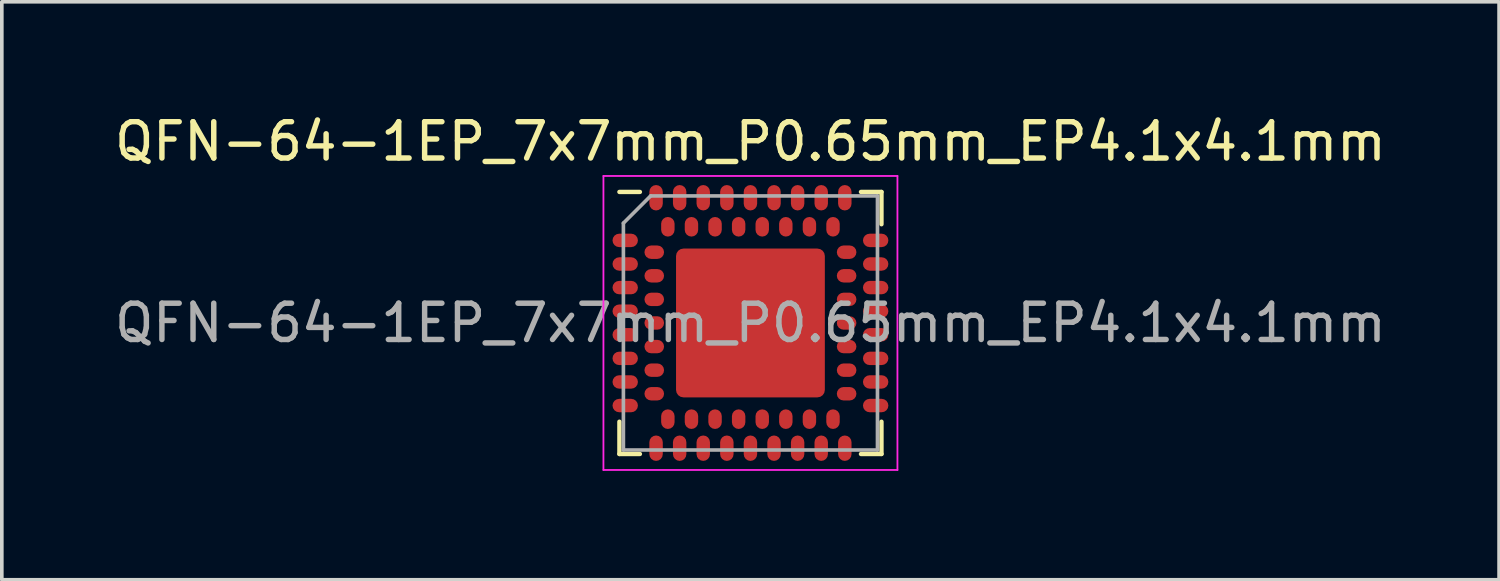
<source format=kicad_pcb>
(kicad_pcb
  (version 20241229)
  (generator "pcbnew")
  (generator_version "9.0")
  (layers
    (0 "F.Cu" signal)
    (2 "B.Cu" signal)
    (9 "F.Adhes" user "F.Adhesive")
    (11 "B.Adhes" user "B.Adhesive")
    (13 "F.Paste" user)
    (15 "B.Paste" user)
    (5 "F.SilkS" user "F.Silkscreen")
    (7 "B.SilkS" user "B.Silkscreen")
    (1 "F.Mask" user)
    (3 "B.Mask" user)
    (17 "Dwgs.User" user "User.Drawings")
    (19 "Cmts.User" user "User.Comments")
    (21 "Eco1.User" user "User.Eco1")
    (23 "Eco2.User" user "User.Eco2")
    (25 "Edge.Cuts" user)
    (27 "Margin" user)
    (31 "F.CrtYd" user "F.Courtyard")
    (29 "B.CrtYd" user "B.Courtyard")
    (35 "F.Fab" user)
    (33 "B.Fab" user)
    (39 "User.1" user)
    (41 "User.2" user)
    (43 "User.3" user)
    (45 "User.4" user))
  (footprint "QFN-64-1EP_7x7mm_P0.65mm_EP4.1x4.1mm"
    (layer "F.Cu")
    (at 17.625 5.848)
    (property "Reference" "QFN-64-1EP_7x7mm_P0.65mm_EP4.1x4.1mm" (at 0 -5 0) (layer "F.SilkS") (effects (font (size 1 1) (thickness 0.15))))
    (attr smd)
    (fp_line (start -3.61 3.61) (end -3.61 2.72) (stroke (width 0.12) (type solid)) (layer "F.SilkS"))
    (fp_line (start -3.045 -3.61) (end -3.61 -3.61) (stroke (width 0.12) (type solid)) (layer "F.SilkS"))
    (fp_line (start -3.045 3.61) (end -3.61 3.61) (stroke (width 0.12) (type solid)) (layer "F.SilkS"))
    (fp_line (start 3.045 -3.61) (end 3.61 -3.61) (stroke (width 0.12) (type solid)) (layer "F.SilkS"))
    (fp_line (start 3.61 -3.61) (end 3.61 -2.72) (stroke (width 0.12) (type solid)) (layer "F.SilkS"))
    (fp_line (start 3.61 2.72) (end 3.61 3.61) (stroke (width 0.12) (type solid)) (layer "F.SilkS"))
    (fp_line (start 3.61 3.61) (end 3.045 3.61) (stroke (width 0.12) (type solid)) (layer "F.SilkS"))
    (fp_line (start -4.05 -4.05) (end 4.05 -4.05) (stroke (width 0.05) (type solid)) (layer "F.CrtYd"))
    (fp_line (start -4.05 4.05) (end -4.05 -4.05) (stroke (width 0.05) (type solid)) (layer "F.CrtYd"))
    (fp_line (start 4.05 -4.05) (end 4.05 4.05) (stroke (width 0.05) (type solid)) (layer "F.CrtYd"))
    (fp_line (start 4.05 4.05) (end -4.05 4.05) (stroke (width 0.05) (type solid)) (layer "F.CrtYd"))
    (fp_line (start -3.5 -2.75) (end -2.75 -3.5) (stroke (width 0.1) (type solid)) (layer "F.Fab"))
    (fp_line (start -3.5 3.5) (end -3.5 -2.75) (stroke (width 0.1) (type solid)) (layer "F.Fab"))
    (fp_line (start -2.75 -3.5) (end 3.5 -3.5) (stroke (width 0.1) (type solid)) (layer "F.Fab"))
    (fp_line (start 3.5 -3.5) (end 3.5 3.5) (stroke (width 0.1) (type solid)) (layer "F.Fab"))
    (fp_line (start 3.5 3.5) (end -3.5 3.5) (stroke (width 0.1) (type solid)) (layer "F.Fab"))
    (fp_text user "${REFERENCE}" (at 0 0 0) (layer "F.Fab") (effects (font (size 1 1) (thickness 0.15))))
    (pad "" smd roundrect (at -1.3 -1.3) (size 1.15 1.15) (layers "F.Paste") (roundrect_rratio 0.1))
    (pad "" smd roundrect (at -1.3 0) (size 1.15 1.15) (layers "F.Paste") (roundrect_rratio 0.1))
    (pad "" smd roundrect (at -1.3 1.3) (size 1.15 1.15) (layers "F.Paste") (roundrect_rratio 0.1))
    (pad "" smd roundrect (at 0 -1.3) (size 1.15 1.15) (layers "F.Paste") (roundrect_rratio 0.1))
    (pad "" smd roundrect (at 0 0) (size 1.15 1.15) (layers "F.Paste") (roundrect_rratio 0.1))
    (pad "" smd roundrect (at 0 1.3) (size 1.15 1.15) (layers "F.Paste") (roundrect_rratio 0.1))
    (pad "" smd roundrect (at 1.3 -1.3) (size 1.15 1.15) (layers "F.Paste") (roundrect_rratio 0.1))
    (pad "" smd roundrect (at 1.3 0) (size 1.15 1.15) (layers "F.Paste") (roundrect_rratio 0.1))
    (pad "" smd roundrect (at 1.3 1.3) (size 1.15 1.15) (layers "F.Paste") (roundrect_rratio 0.1))
    (pad "A1" smd roundrect (at -3.45 -2.275) (size 0.7 0.37) (layers "F.Cu" "F.Mask" "F.Paste") (roundrect_rratio 0.5))
    (pad "A2" smd roundrect (at -3.45 -1.625) (size 0.7 0.37) (layers "F.Cu" "F.Mask" "F.Paste") (roundrect_rratio 0.5))
    (pad "A3" smd roundrect (at -3.45 -0.975) (size 0.7 0.37) (layers "F.Cu" "F.Mask" "F.Paste") (roundrect_rratio 0.5))
    (pad "A4" smd roundrect (at -3.45 -0.325) (size 0.7 0.37) (layers "F.Cu" "F.Mask" "F.Paste") (roundrect_rratio 0.5))
    (pad "A5" smd roundrect (at -3.45 0.325) (size 0.7 0.37) (layers "F.Cu" "F.Mask" "F.Paste") (roundrect_rratio 0.5))
    (pad "A6" smd roundrect (at -3.45 0.975) (size 0.7 0.37) (layers "F.Cu" "F.Mask" "F.Paste") (roundrect_rratio 0.5))
    (pad "A7" smd roundrect (at -3.45 1.625) (size 0.7 0.37) (layers "F.Cu" "F.Mask" "F.Paste") (roundrect_rratio 0.5))
    (pad "A8" smd roundrect (at -3.45 2.275) (size 0.7 0.37) (layers "F.Cu" "F.Mask" "F.Paste") (roundrect_rratio 0.5))
    (pad "A9" smd roundrect (at -2.6 3.45 90) (size 0.7 0.37) (layers "F.Cu" "F.Mask" "F.Paste") (roundrect_rratio 0.5))
    (pad "A10" smd roundrect (at -1.95 3.45 90) (size 0.7 0.37) (layers "F.Cu" "F.Mask" "F.Paste") (roundrect_rratio 0.5))
    (pad "A11" smd roundrect (at -1.3 3.45 90) (size 0.7 0.37) (layers "F.Cu" "F.Mask" "F.Paste") (roundrect_rratio 0.5))
    (pad "A12" smd roundrect (at -0.65 3.45 90) (size 0.7 0.37) (layers "F.Cu" "F.Mask" "F.Paste") (roundrect_rratio 0.5))
    (pad "A13" smd roundrect (at 0 3.45 90) (size 0.7 0.37) (layers "F.Cu" "F.Mask" "F.Paste") (roundrect_rratio 0.5))
    (pad "A14" smd roundrect (at 0.65 3.45 90) (size 0.7 0.37) (layers "F.Cu" "F.Mask" "F.Paste") (roundrect_rratio 0.5))
    (pad "A15" smd roundrect (at 1.3 3.45 90) (size 0.7 0.37) (layers "F.Cu" "F.Mask" "F.Paste") (roundrect_rratio 0.5))
    (pad "A16" smd roundrect (at 1.95 3.45 90) (size 0.7 0.37) (layers "F.Cu" "F.Mask" "F.Paste") (roundrect_rratio 0.5))
    (pad "A17" smd roundrect (at 2.6 3.45 90) (size 0.7 0.37) (layers "F.Cu" "F.Mask" "F.Paste") (roundrect_rratio 0.5))
    (pad "A18" smd roundrect (at 3.45 2.275) (size 0.7 0.37) (layers "F.Cu" "F.Mask" "F.Paste") (roundrect_rratio 0.5))
    (pad "A19" smd roundrect (at 3.45 1.625) (size 0.7 0.37) (layers "F.Cu" "F.Mask" "F.Paste") (roundrect_rratio 0.5))
    (pad "A20" smd roundrect (at 3.45 0.975) (size 0.7 0.37) (layers "F.Cu" "F.Mask" "F.Paste") (roundrect_rratio 0.5))
    (pad "A21" smd roundrect (at 3.45 0.325) (size 0.7 0.37) (layers "F.Cu" "F.Mask" "F.Paste") (roundrect_rratio 0.5))
    (pad "A22" smd roundrect (at 3.45 -0.325) (size 0.7 0.37) (layers "F.Cu" "F.Mask" "F.Paste") (roundrect_rratio 0.5))
    (pad "A23" smd roundrect (at 3.45 -0.975) (size 0.7 0.37) (layers "F.Cu" "F.Mask" "F.Paste") (roundrect_rratio 0.5))
    (pad "A24" smd roundrect (at 3.45 -1.625) (size 0.7 0.37) (layers "F.Cu" "F.Mask" "F.Paste") (roundrect_rratio 0.5))
    (pad "A25" smd roundrect (at 3.45 -2.275) (size 0.7 0.37) (layers "F.Cu" "F.Mask" "F.Paste") (roundrect_rratio 0.5))
    (pad "A26" smd roundrect (at 2.6 -3.45 90) (size 0.7 0.37) (layers "F.Cu" "F.Mask" "F.Paste") (roundrect_rratio 0.5))
    (pad "A27" smd roundrect (at 1.95 -3.45 90) (size 0.7 0.37) (layers "F.Cu" "F.Mask" "F.Paste") (roundrect_rratio 0.5))
    (pad "A28" smd roundrect (at 1.3 -3.45 90) (size 0.7 0.37) (layers "F.Cu" "F.Mask" "F.Paste") (roundrect_rratio 0.5))
    (pad "A29" smd roundrect (at 0.65 -3.45 90) (size 0.7 0.37) (layers "F.Cu" "F.Mask" "F.Paste") (roundrect_rratio 0.5))
    (pad "A30" smd roundrect (at 0 -3.45 90) (size 0.7 0.37) (layers "F.Cu" "F.Mask" "F.Paste") (roundrect_rratio 0.5))
    (pad "A31" smd roundrect (at -0.65 -3.45 90) (size 0.7 0.37) (layers "F.Cu" "F.Mask" "F.Paste") (roundrect_rratio 0.5))
    (pad "A32" smd roundrect (at -1.3 -3.45 90) (size 0.7 0.37) (layers "F.Cu" "F.Mask" "F.Paste") (roundrect_rratio 0.5))
    (pad "A33" smd roundrect (at -1.95 -3.45 90) (size 0.7 0.37) (layers "F.Cu" "F.Mask" "F.Paste") (roundrect_rratio 0.5))
    (pad "A34" smd roundrect (at -2.6 -3.45 90) (size 0.7 0.37) (layers "F.Cu" "F.Mask" "F.Paste") (roundrect_rratio 0.5))
    (pad "B1" smd roundrect (at -2.65 -1.95) (size 0.54 0.37) (layers "F.Cu" "F.Mask" "F.Paste") (roundrect_rratio 0.5))
    (pad "B2" smd roundrect (at -2.65 -1.3) (size 0.54 0.37) (layers "F.Cu" "F.Mask" "F.Paste") (roundrect_rratio 0.5))
    (pad "B3" smd roundrect (at -2.65 -0.65) (size 0.54 0.37) (layers "F.Cu" "F.Mask" "F.Paste") (roundrect_rratio 0.5))
    (pad "B4" smd roundrect (at -2.65 0) (size 0.54 0.37) (layers "F.Cu" "F.Mask" "F.Paste") (roundrect_rratio 0.5))
    (pad "B5" smd roundrect (at -2.65 0.65) (size 0.54 0.37) (layers "F.Cu" "F.Mask" "F.Paste") (roundrect_rratio 0.5))
    (pad "B6" smd roundrect (at -2.65 1.3) (size 0.54 0.37) (layers "F.Cu" "F.Mask" "F.Paste") (roundrect_rratio 0.5))
    (pad "B7" smd roundrect (at -2.65 1.95) (size 0.54 0.37) (layers "F.Cu" "F.Mask" "F.Paste") (roundrect_rratio 0.5))
    (pad "B8" smd roundrect (at -2.275 2.65 90) (size 0.54 0.37) (layers "F.Cu" "F.Mask" "F.Paste") (roundrect_rratio 0.5))
    (pad "B9" smd roundrect (at -1.625 2.65 90) (size 0.54 0.37) (layers "F.Cu" "F.Mask" "F.Paste") (roundrect_rratio 0.5))
    (pad "B10" smd roundrect (at -0.975 2.65 90) (size 0.54 0.37) (layers "F.Cu" "F.Mask" "F.Paste") (roundrect_rratio 0.5))
    (pad "B11" smd roundrect (at -0.325 2.65 90) (size 0.54 0.37) (layers "F.Cu" "F.Mask" "F.Paste") (roundrect_rratio 0.5))
    (pad "B12" smd roundrect (at 0.325 2.65 90) (size 0.54 0.37) (layers "F.Cu" "F.Mask" "F.Paste") (roundrect_rratio 0.5))
    (pad "B13" smd roundrect (at 0.975 2.65 90) (size 0.54 0.37) (layers "F.Cu" "F.Mask" "F.Paste") (roundrect_rratio 0.5))
    (pad "B14" smd roundrect (at 1.625 2.65 90) (size 0.54 0.37) (layers "F.Cu" "F.Mask" "F.Paste") (roundrect_rratio 0.5))
    (pad "B15" smd roundrect (at 2.275 2.65 90) (size 0.54 0.37) (layers "F.Cu" "F.Mask" "F.Paste") (roundrect_rratio 0.5))
    (pad "B16" smd roundrect (at 2.65 1.95) (size 0.54 0.37) (layers "F.Cu" "F.Mask" "F.Paste") (roundrect_rratio 0.5))
    (pad "B17" smd roundrect (at 2.65 1.3) (size 0.54 0.37) (layers "F.Cu" "F.Mask" "F.Paste") (roundrect_rratio 0.5))
    (pad "B18" smd roundrect (at 2.65 0.65) (size 0.54 0.37) (layers "F.Cu" "F.Mask" "F.Paste") (roundrect_rratio 0.5))
    (pad "B19" smd roundrect (at 2.65 0) (size 0.54 0.37) (layers "F.Cu" "F.Mask" "F.Paste") (roundrect_rratio 0.5))
    (pad "B20" smd roundrect (at 2.65 -0.65) (size 0.54 0.37) (layers "F.Cu" "F.Mask" "F.Paste") (roundrect_rratio 0.5))
    (pad "B21" smd roundrect (at 2.65 -1.3) (size 0.54 0.37) (layers "F.Cu" "F.Mask" "F.Paste") (roundrect_rratio 0.5))
    (pad "B22" smd roundrect (at 2.65 -1.95) (size 0.54 0.37) (layers "F.Cu" "F.Mask" "F.Paste") (roundrect_rratio 0.5))
    (pad "B23" smd roundrect (at 2.275 -2.65 90) (size 0.54 0.37) (layers "F.Cu" "F.Mask" "F.Paste") (roundrect_rratio 0.5))
    (pad "B24" smd roundrect (at 1.625 -2.65 90) (size 0.54 0.37) (layers "F.Cu" "F.Mask" "F.Paste") (roundrect_rratio 0.5))
    (pad "B25" smd roundrect (at 0.975 -2.65 90) (size 0.54 0.37) (layers "F.Cu" "F.Mask" "F.Paste") (roundrect_rratio 0.5))
    (pad "B26" smd roundrect (at 0.325 -2.65 90) (size 0.54 0.37) (layers "F.Cu" "F.Mask" "F.Paste") (roundrect_rratio 0.5))
    (pad "B27" smd roundrect (at -0.325 -2.65 90) (size 0.54 0.37) (layers "F.Cu" "F.Mask" "F.Paste") (roundrect_rratio 0.5))
    (pad "B28" smd roundrect (at -0.975 -2.65 90) (size 0.54 0.37) (layers "F.Cu" "F.Mask" "F.Paste") (roundrect_rratio 0.5))
    (pad "B29" smd roundrect (at -1.625 -2.65 90) (size 0.54 0.37) (layers "F.Cu" "F.Mask" "F.Paste") (roundrect_rratio 0.5))
    (pad "B30" smd roundrect (at -2.275 -2.65 90) (size 0.54 0.37) (layers "F.Cu" "F.Mask" "F.Paste") (roundrect_rratio 0.5))
    (pad "EP" smd roundrect (at 0 0 90) (size 4.1 4.1) (layers "F.Cu" "F.Mask") (roundrect_rratio 0.05)))
  (gr_rect
    (start -3 -3)
    (end 38.25 12.923)
    (stroke (width 0.1) (type default))
    (fill no)
    (layer "Edge.Cuts")))
</source>
